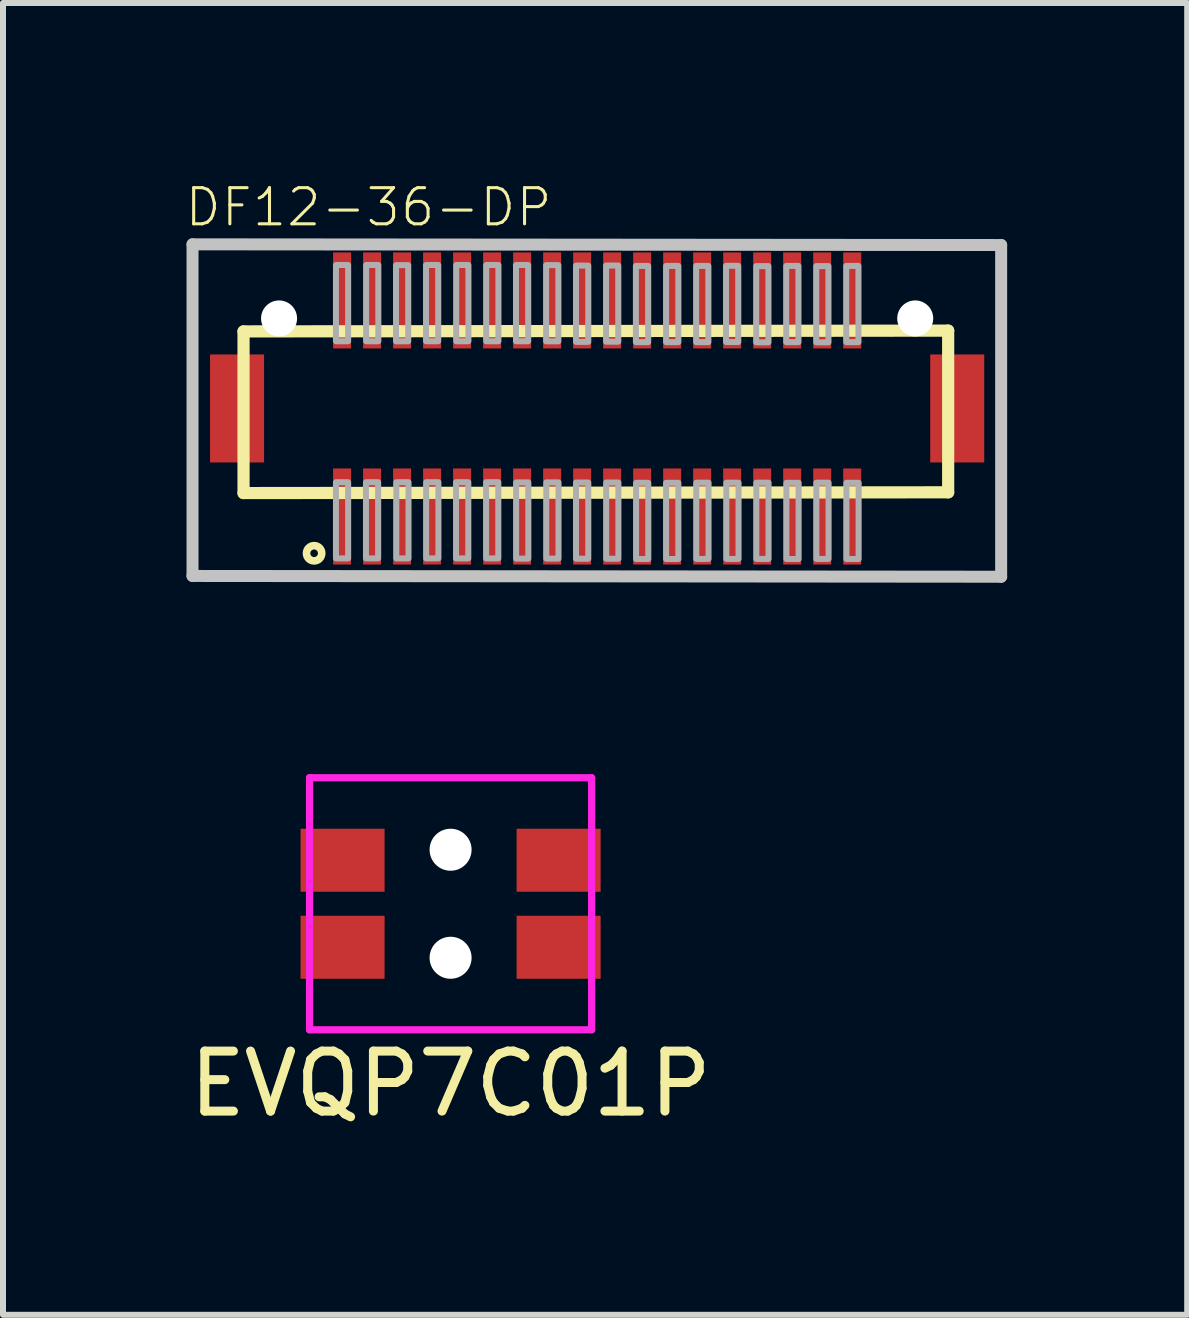
<source format=kicad_pcb>
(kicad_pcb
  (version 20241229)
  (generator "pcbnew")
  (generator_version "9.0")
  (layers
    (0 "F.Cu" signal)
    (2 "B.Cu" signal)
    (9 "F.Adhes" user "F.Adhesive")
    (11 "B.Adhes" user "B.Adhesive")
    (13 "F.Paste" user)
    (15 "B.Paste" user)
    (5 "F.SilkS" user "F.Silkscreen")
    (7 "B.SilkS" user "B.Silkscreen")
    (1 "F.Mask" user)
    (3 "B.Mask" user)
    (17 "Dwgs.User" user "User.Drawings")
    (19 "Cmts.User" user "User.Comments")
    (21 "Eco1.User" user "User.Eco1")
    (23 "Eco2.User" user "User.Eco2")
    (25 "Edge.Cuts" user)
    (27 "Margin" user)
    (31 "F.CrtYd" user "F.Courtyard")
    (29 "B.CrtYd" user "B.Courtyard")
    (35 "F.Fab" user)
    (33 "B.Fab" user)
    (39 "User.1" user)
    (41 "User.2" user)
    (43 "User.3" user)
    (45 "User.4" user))
  (footprint "EVQP7C01P"
    (layer "F.Cu")
    (at 4.458 9.909)
    (property "Reference" "EVQP7C01P" (at 0 5.1 0) (layer "F.SilkS") (effects (font (size 1 1) (thickness 0.15))))
    (attr through_hole)
    (fp_line (start -2.35 0) (end 2.35 0) (stroke (width 0.254) (type solid)) (layer "Eco1.User"))
    (fp_line (start -2.35 0) (end -2.35 4.2) (stroke (width 0.12) (type solid)) (layer "F.CrtYd"))
    (fp_line (start -2.35 0) (end 2.35 0) (stroke (width 0.12) (type solid)) (layer "F.CrtYd"))
    (fp_line (start 2.35 4.2) (end -2.35 4.2) (stroke (width 0.12) (type solid)) (layer "F.CrtYd"))
    (fp_line (start 2.35 4.2) (end 2.35 0) (stroke (width 0.12) (type solid)) (layer "F.CrtYd"))
    (pad "" np_thru_hole circle (at 0 1.2) (size 0.7 0.7) (drill 0.7) (layers "*.Cu" "*.Mask"))
    (pad "" np_thru_hole circle (at 0 3) (size 0.7 0.7) (drill 0.7) (layers "*.Cu" "*.Mask"))
    (pad "" smd rect (at 1.8 1.375 180) (size 1.4 1.05) (layers "F.Cu" "F.Mask" "F.Paste"))
    (pad "" smd rect (at 1.8 2.825 180) (size 1.4 1.05) (layers "F.Cu" "F.Mask" "F.Paste"))
    (pad "1" smd rect (at -1.8 1.375) (size 1.4 1.05) (layers "F.Cu" "F.Mask" "F.Paste"))
    (pad "2" smd rect (at -1.8 2.825) (size 1.4 1.05) (layers "F.Cu" "F.Mask" "F.Paste")))
  (footprint "DF12-36-DP"
    (layer "F.Cu")
    (at 6.9 3.756)
    (property "Reference" "DF12-36-DP" (at -6.9 -3 0) (layer "F.SilkS") (effects (font (size 0.603 0.603) (thickness 0.051)) (justify left bottom)))
    (attr through_hole)
    (fp_poly (pts (xy -6.063 -1.499) (xy -6.037 -1.301) (xy -5.961 -1.118) (xy -5.839 -0.96) (xy -5.682 -0.839) (xy -5.301 -0.737) (xy -5.103 -0.763) (xy -4.92 -0.839) (xy -4.762 -0.96) (xy -4.641 -1.118) (xy -4.565 -1.301) (xy -4.539 -1.499) (xy -4.565 -1.696) (xy -4.641 -1.88) (xy -4.762 -2.037) (xy -4.92 -2.159) (xy -5.103 -2.235) (xy -5.301 -2.261) (xy -5.498 -2.235) (xy -5.682 -2.159) (xy -5.839 -2.037) (xy -5.961 -1.88) (xy -6.037 -1.696)) (stroke (width 0) (type solid)) (fill yes) (layer "F.Mask"))
    (fp_poly (pts (xy 4.539 -1.499) (xy 4.565 -1.301) (xy 4.641 -1.118) (xy 4.762 -0.96) (xy 4.92 -0.839) (xy 5.301 -0.737) (xy 5.498 -0.763) (xy 5.682 -0.839) (xy 5.839 -0.96) (xy 5.961 -1.118) (xy 6.037 -1.301) (xy 6.063 -1.499) (xy 6.037 -1.696) (xy 5.961 -1.88) (xy 5.839 -2.037) (xy 5.682 -2.159) (xy 5.498 -2.235) (xy 5.301 -2.261) (xy 5.103 -2.235) (xy 4.92 -2.159) (xy 4.762 -2.037) (xy 4.641 -1.88) (xy 4.565 -1.696)) (stroke (width 0) (type solid)) (fill yes) (layer "F.Mask"))
    (fp_line (start -5.892 -1.284) (end 5.849 -1.297) (stroke (width 0.203) (type solid)) (layer "F.SilkS"))
    (fp_line (start -5.892 1.41) (end -5.892 -1.284) (stroke (width 0.203) (type solid)) (layer "F.SilkS"))
    (fp_line (start 5.849 -1.297) (end 5.849 1.397) (stroke (width 0.203) (type solid)) (layer "F.SilkS"))
    (fp_line (start 5.849 1.397) (end -5.892 1.41) (stroke (width 0.203) (type solid)) (layer "F.SilkS"))
    (fp_circle (center -4.716 2.413) (end -4.589 2.413) (stroke (width 0.127) (type solid)) (fill no) (layer "F.SilkS"))
    (fp_poly (pts (xy -4.362 -1.207) (xy -4.142 -1.207) (xy -4.142 -2.507) (xy -4.362 -2.507)) (stroke (width 0) (type solid)) (fill yes) (layer "F.Paste"))
    (fp_poly (pts (xy -4.362 2.503) (xy -4.142 2.503) (xy -4.142 1.203) (xy -4.362 1.203)) (stroke (width 0) (type solid)) (fill yes) (layer "F.Paste"))
    (fp_poly (pts (xy -3.862 -1.207) (xy -3.642 -1.207) (xy -3.642 -2.507) (xy -3.862 -2.507)) (stroke (width 0) (type solid)) (fill yes) (layer "F.Paste"))
    (fp_poly (pts (xy -3.862 2.503) (xy -3.642 2.503) (xy -3.642 1.203) (xy -3.862 1.203)) (stroke (width 0) (type solid)) (fill yes) (layer "F.Paste"))
    (fp_poly (pts (xy -3.362 -1.207) (xy -3.142 -1.207) (xy -3.142 -2.507) (xy -3.362 -2.507)) (stroke (width 0) (type solid)) (fill yes) (layer "F.Paste"))
    (fp_poly (pts (xy -3.362 2.503) (xy -3.142 2.503) (xy -3.142 1.203) (xy -3.362 1.203)) (stroke (width 0) (type solid)) (fill yes) (layer "F.Paste"))
    (fp_poly (pts (xy -2.862 -1.207) (xy -2.642 -1.207) (xy -2.642 -2.507) (xy -2.862 -2.507)) (stroke (width 0) (type solid)) (fill yes) (layer "F.Paste"))
    (fp_poly (pts (xy -2.862 2.503) (xy -2.642 2.503) (xy -2.642 1.203) (xy -2.862 1.203)) (stroke (width 0) (type solid)) (fill yes) (layer "F.Paste"))
    (fp_poly (pts (xy -2.362 -1.207) (xy -2.142 -1.207) (xy -2.142 -2.507) (xy -2.362 -2.507)) (stroke (width 0) (type solid)) (fill yes) (layer "F.Paste"))
    (fp_poly (pts (xy -2.362 2.503) (xy -2.142 2.503) (xy -2.142 1.203) (xy -2.362 1.203)) (stroke (width 0) (type solid)) (fill yes) (layer "F.Paste"))
    (fp_poly (pts (xy -1.862 -1.207) (xy -1.642 -1.207) (xy -1.642 -2.507) (xy -1.862 -2.507)) (stroke (width 0) (type solid)) (fill yes) (layer "F.Paste"))
    (fp_poly (pts (xy -1.862 2.503) (xy -1.642 2.503) (xy -1.642 1.203) (xy -1.862 1.203)) (stroke (width 0) (type solid)) (fill yes) (layer "F.Paste"))
    (fp_poly (pts (xy -1.362 -1.207) (xy -1.142 -1.207) (xy -1.142 -2.507) (xy -1.362 -2.507)) (stroke (width 0) (type solid)) (fill yes) (layer "F.Paste"))
    (fp_poly (pts (xy -1.362 2.503) (xy -1.142 2.503) (xy -1.142 1.203) (xy -1.362 1.203)) (stroke (width 0) (type solid)) (fill yes) (layer "F.Paste"))
    (fp_poly (pts (xy -0.862 -1.207) (xy -0.642 -1.207) (xy -0.642 -2.507) (xy -0.862 -2.507)) (stroke (width 0) (type solid)) (fill yes) (layer "F.Paste"))
    (fp_poly (pts (xy -0.862 2.503) (xy -0.642 2.503) (xy -0.642 1.203) (xy -0.862 1.203)) (stroke (width 0) (type solid)) (fill yes) (layer "F.Paste"))
    (fp_poly (pts (xy -0.362 -1.207) (xy -0.142 -1.207) (xy -0.142 -2.507) (xy -0.362 -2.507)) (stroke (width 0) (type solid)) (fill yes) (layer "F.Paste"))
    (fp_poly (pts (xy -0.362 2.503) (xy -0.142 2.503) (xy -0.142 1.203) (xy -0.362 1.203)) (stroke (width 0) (type solid)) (fill yes) (layer "F.Paste"))
    (fp_poly (pts (xy 0.138 -1.207) (xy 0.358 -1.207) (xy 0.358 -2.507) (xy 0.138 -2.507)) (stroke (width 0) (type solid)) (fill yes) (layer "F.Paste"))
    (fp_poly (pts (xy 0.148 2.503) (xy 0.368 2.503) (xy 0.368 1.203) (xy 0.148 1.203)) (stroke (width 0) (type solid)) (fill yes) (layer "F.Paste"))
    (fp_poly (pts (xy 0.638 -1.207) (xy 0.858 -1.207) (xy 0.858 -2.507) (xy 0.638 -2.507)) (stroke (width 0) (type solid)) (fill yes) (layer "F.Paste"))
    (fp_poly (pts (xy 0.638 2.503) (xy 0.858 2.503) (xy 0.858 1.203) (xy 0.638 1.203)) (stroke (width 0) (type solid)) (fill yes) (layer "F.Paste"))
    (fp_poly (pts (xy 1.138 -1.207) (xy 1.358 -1.207) (xy 1.358 -2.507) (xy 1.138 -2.507)) (stroke (width 0) (type solid)) (fill yes) (layer "F.Paste"))
    (fp_poly (pts (xy 1.138 2.503) (xy 1.358 2.503) (xy 1.358 1.203) (xy 1.138 1.203)) (stroke (width 0) (type solid)) (fill yes) (layer "F.Paste"))
    (fp_poly (pts (xy 1.638 -1.207) (xy 1.858 -1.207) (xy 1.858 -2.507) (xy 1.638 -2.507)) (stroke (width 0) (type solid)) (fill yes) (layer "F.Paste"))
    (fp_poly (pts (xy 1.638 2.503) (xy 1.858 2.503) (xy 1.858 1.203) (xy 1.638 1.203)) (stroke (width 0) (type solid)) (fill yes) (layer "F.Paste"))
    (fp_poly (pts (xy 2.138 -1.207) (xy 2.358 -1.207) (xy 2.358 -2.507) (xy 2.138 -2.507)) (stroke (width 0) (type solid)) (fill yes) (layer "F.Paste"))
    (fp_poly (pts (xy 2.138 2.503) (xy 2.358 2.503) (xy 2.358 1.203) (xy 2.138 1.203)) (stroke (width 0) (type solid)) (fill yes) (layer "F.Paste"))
    (fp_poly (pts (xy 2.638 2.503) (xy 2.858 2.503) (xy 2.858 1.203) (xy 2.638 1.203)) (stroke (width 0) (type solid)) (fill yes) (layer "F.Paste"))
    (fp_poly (pts (xy 2.648 -1.207) (xy 2.868 -1.207) (xy 2.868 -2.507) (xy 2.648 -2.507)) (stroke (width 0) (type solid)) (fill yes) (layer "F.Paste"))
    (fp_poly (pts (xy 3.138 -1.207) (xy 3.358 -1.207) (xy 3.358 -2.507) (xy 3.138 -2.507)) (stroke (width 0) (type solid)) (fill yes) (layer "F.Paste"))
    (fp_poly (pts (xy 3.138 2.503) (xy 3.358 2.503) (xy 3.358 1.203) (xy 3.138 1.203)) (stroke (width 0) (type solid)) (fill yes) (layer "F.Paste"))
    (fp_poly (pts (xy 3.638 2.503) (xy 3.858 2.503) (xy 3.858 1.203) (xy 3.638 1.203)) (stroke (width 0) (type solid)) (fill yes) (layer "F.Paste"))
    (fp_poly (pts (xy 3.648 -1.207) (xy 3.868 -1.207) (xy 3.868 -2.507) (xy 3.648 -2.507)) (stroke (width 0) (type solid)) (fill yes) (layer "F.Paste"))
    (fp_poly (pts (xy 4.138 -1.207) (xy 4.358 -1.207) (xy 4.358 -2.507) (xy 4.138 -2.507)) (stroke (width 0) (type solid)) (fill yes) (layer "F.Paste"))
    (fp_poly (pts (xy 4.138 2.503) (xy 4.358 2.503) (xy 4.358 1.203) (xy 4.138 1.203)) (stroke (width 0) (type solid)) (fill yes) (layer "F.Paste"))
    (fp_line (start -6.742 -2.735) (end 6.732 -2.723) (stroke (width 0.2) (type solid)) (layer "Dwgs.User"))
    (fp_line (start -6.742 2.791) (end -6.742 -2.735) (stroke (width 0.2) (type solid)) (layer "Dwgs.User"))
    (fp_line (start 6.732 -2.723) (end 6.732 2.804) (stroke (width 0.2) (type solid)) (layer "Dwgs.User"))
    (fp_line (start 6.732 2.804) (end -6.742 2.791) (stroke (width 0.2) (type solid)) (layer "Dwgs.User"))
    (fp_poly (pts (xy -4.149 -1.12) (xy -4.149 -2.39) (xy -4.352 -2.39) (xy -4.352 -1.12)) (stroke (width 0.1) (type solid)) (fill no) (layer "F.Fab"))
    (fp_poly (pts (xy -4.149 2.499) (xy -4.149 1.229) (xy -4.352 1.229) (xy -4.352 2.499)) (stroke (width 0.1) (type solid)) (fill no) (layer "F.Fab"))
    (fp_poly (pts (xy -3.649 2.499) (xy -3.649 1.229) (xy -3.852 1.229) (xy -3.852 2.499)) (stroke (width 0.1) (type solid)) (fill no) (layer "F.Fab"))
    (fp_poly (pts (xy -3.646 -1.12) (xy -3.646 -2.39) (xy -3.849 -2.39) (xy -3.849 -1.12)) (stroke (width 0.1) (type solid)) (fill no) (layer "F.Fab"))
    (fp_poly (pts (xy -3.148 -1.118) (xy -3.148 -2.388) (xy -3.351 -2.388) (xy -3.351 -1.118)) (stroke (width 0.1) (type solid)) (fill no) (layer "F.Fab"))
    (fp_poly (pts (xy -3.143 2.499) (xy -3.143 1.229) (xy -3.346 1.229) (xy -3.346 2.499)) (stroke (width 0.1) (type solid)) (fill no) (layer "F.Fab"))
    (fp_poly (pts (xy -2.648 -1.12) (xy -2.648 -2.39) (xy -2.851 -2.39) (xy -2.851 -1.12)) (stroke (width 0.1) (type solid)) (fill no) (layer "F.Fab"))
    (fp_poly (pts (xy -2.645 2.499) (xy -2.645 1.229) (xy -2.849 1.229) (xy -2.849 2.499)) (stroke (width 0.1) (type solid)) (fill no) (layer "F.Fab"))
    (fp_poly (pts (xy -2.147 2.499) (xy -2.147 1.229) (xy -2.351 1.229) (xy -2.351 2.499)) (stroke (width 0.1) (type solid)) (fill no) (layer "F.Fab"))
    (fp_poly (pts (xy -2.145 -1.12) (xy -2.145 -2.39) (xy -2.348 -2.39) (xy -2.348 -1.12)) (stroke (width 0.1) (type solid)) (fill no) (layer "F.Fab"))
    (fp_poly (pts (xy -1.647 2.499) (xy -1.647 1.229) (xy -1.85 1.229) (xy -1.85 2.499)) (stroke (width 0.1) (type solid)) (fill no) (layer "F.Fab"))
    (fp_poly (pts (xy -1.645 -1.12) (xy -1.645 -2.39) (xy -1.848 -2.39) (xy -1.848 -1.12)) (stroke (width 0.1) (type solid)) (fill no) (layer "F.Fab"))
    (fp_poly (pts (xy -1.149 -1.12) (xy -1.149 -2.39) (xy -1.352 -2.39) (xy -1.352 -1.12)) (stroke (width 0.1) (type solid)) (fill no) (layer "F.Fab"))
    (fp_poly (pts (xy -1.147 2.502) (xy -1.147 1.232) (xy -1.35 1.232) (xy -1.35 2.502)) (stroke (width 0.1) (type solid)) (fill no) (layer "F.Fab"))
    (fp_poly (pts (xy -0.646 -1.118) (xy -0.646 -2.388) (xy -0.85 -2.388) (xy -0.85 -1.118)) (stroke (width 0.1) (type solid)) (fill no) (layer "F.Fab"))
    (fp_poly (pts (xy -0.644 2.502) (xy -0.644 1.232) (xy -0.847 1.232) (xy -0.847 2.502)) (stroke (width 0.1) (type solid)) (fill no) (layer "F.Fab"))
    (fp_poly (pts (xy -0.148 -1.11) (xy -0.148 -2.38) (xy -0.352 -2.38) (xy -0.352 -1.11)) (stroke (width 0.1) (type solid)) (fill no) (layer "F.Fab"))
    (fp_poly (pts (xy -0.148 2.504) (xy -0.148 1.234) (xy -0.352 1.234) (xy -0.352 2.504)) (stroke (width 0.1) (type solid)) (fill no) (layer "F.Fab"))
    (fp_poly (pts (xy 0.352 -1.113) (xy 0.352 -2.382) (xy 0.149 -2.382) (xy 0.149 -1.113)) (stroke (width 0.1) (type solid)) (fill no) (layer "F.Fab"))
    (fp_poly (pts (xy 0.354 2.504) (xy 0.354 1.234) (xy 0.151 1.234) (xy 0.151 2.504)) (stroke (width 0.1) (type solid)) (fill no) (layer "F.Fab"))
    (fp_poly (pts (xy 0.85 -1.105) (xy 0.85 -2.375) (xy 0.646 -2.375) (xy 0.646 -1.105)) (stroke (width 0.1) (type solid)) (fill no) (layer "F.Fab"))
    (fp_poly (pts (xy 0.852 2.509) (xy 0.852 1.239) (xy 0.649 1.239) (xy 0.649 2.509)) (stroke (width 0.1) (type solid)) (fill no) (layer "F.Fab"))
    (fp_poly (pts (xy 1.353 -1.105) (xy 1.353 -2.375) (xy 1.149 -2.375) (xy 1.149 -1.105)) (stroke (width 0.1) (type solid)) (fill no) (layer "F.Fab"))
    (fp_poly (pts (xy 1.353 2.509) (xy 1.353 1.239) (xy 1.149 1.239) (xy 1.149 2.509)) (stroke (width 0.1) (type solid)) (fill no) (layer "F.Fab"))
    (fp_poly (pts (xy 1.853 -1.105) (xy 1.853 -2.375) (xy 1.65 -2.375) (xy 1.65 -1.105)) (stroke (width 0.1) (type solid)) (fill no) (layer "F.Fab"))
    (fp_poly (pts (xy 1.856 2.507) (xy 1.856 1.237) (xy 1.652 1.237) (xy 1.652 2.507)) (stroke (width 0.1) (type solid)) (fill no) (layer "F.Fab"))
    (fp_poly (pts (xy 2.351 -1.107) (xy 2.351 -2.377) (xy 2.148 -2.377) (xy 2.148 -1.107)) (stroke (width 0.1) (type solid)) (fill no) (layer "F.Fab"))
    (fp_poly (pts (xy 2.356 2.507) (xy 2.356 1.237) (xy 2.153 1.237) (xy 2.153 2.507)) (stroke (width 0.1) (type solid)) (fill no) (layer "F.Fab"))
    (fp_poly (pts (xy 2.854 -1.102) (xy 2.854 -2.372) (xy 2.651 -2.372) (xy 2.651 -1.102)) (stroke (width 0.1) (type solid)) (fill no) (layer "F.Fab"))
    (fp_poly (pts (xy 2.856 2.507) (xy 2.856 1.237) (xy 2.653 1.237) (xy 2.653 2.507)) (stroke (width 0.1) (type solid)) (fill no) (layer "F.Fab"))
    (fp_poly (pts (xy 3.354 -1.105) (xy 3.354 -2.375) (xy 3.151 -2.375) (xy 3.151 -1.105)) (stroke (width 0.1) (type solid)) (fill no) (layer "F.Fab"))
    (fp_poly (pts (xy 3.357 2.509) (xy 3.357 1.239) (xy 3.154 1.239) (xy 3.154 2.509)) (stroke (width 0.1) (type solid)) (fill no) (layer "F.Fab"))
    (fp_poly (pts (xy 3.854 -1.102) (xy 3.854 -2.372) (xy 3.651 -2.372) (xy 3.651 -1.102)) (stroke (width 0.1) (type solid)) (fill no) (layer "F.Fab"))
    (fp_poly (pts (xy 3.856 2.507) (xy 3.856 1.237) (xy 3.653 1.237) (xy 3.653 2.507)) (stroke (width 0.1) (type solid)) (fill no) (layer "F.Fab"))
    (fp_poly (pts (xy 4.354 -1.105) (xy 4.354 -2.375) (xy 4.151 -2.375) (xy 4.151 -1.105)) (stroke (width 0.1) (type solid)) (fill no) (layer "F.Fab"))
    (fp_poly (pts (xy 4.357 2.509) (xy 4.357 1.239) (xy 4.154 1.239) (xy 4.154 2.509)) (stroke (width 0.1) (type solid)) (fill no) (layer "F.Fab"))
    (pad "" np_thru_hole circle (at -5.3 -1.5) (size 0.6 0.6) (drill 0.6) (layers "*.Cu" "*.Mask"))
    (pad "" np_thru_hole circle (at 5.3 -1.5) (size 0.6 0.6) (drill 0.6) (layers "*.Cu" "*.Mask"))
    (pad "1" smd rect (at -4.25 1.8) (size 0.3 1.6) (layers "F.Cu" "F.Mask"))
    (pad "2" smd rect (at -4.25 -1.8) (size 0.3 1.6) (layers "F.Cu" "F.Mask"))
    (pad "3" smd rect (at -3.75 1.8) (size 0.3 1.6) (layers "F.Cu" "F.Mask"))
    (pad "4" smd rect (at -3.75 -1.8) (size 0.3 1.6) (layers "F.Cu" "F.Mask"))
    (pad "5" smd rect (at -3.25 1.8) (size 0.3 1.6) (layers "F.Cu" "F.Mask"))
    (pad "6" smd rect (at -3.25 -1.8) (size 0.3 1.6) (layers "F.Cu" "F.Mask"))
    (pad "7" smd rect (at -2.75 1.8) (size 0.3 1.6) (layers "F.Cu" "F.Mask"))
    (pad "8" smd rect (at -2.75 -1.8) (size 0.3 1.6) (layers "F.Cu" "F.Mask"))
    (pad "9" smd rect (at -2.25 1.8) (size 0.3 1.6) (layers "F.Cu" "F.Mask"))
    (pad "10" smd rect (at -2.25 -1.8) (size 0.3 1.6) (layers "F.Cu" "F.Mask"))
    (pad "11" smd rect (at -1.75 1.8) (size 0.3 1.6) (layers "F.Cu" "F.Mask"))
    (pad "12" smd rect (at -1.75 -1.8) (size 0.3 1.6) (layers "F.Cu" "F.Mask"))
    (pad "13" smd rect (at -1.25 1.8) (size 0.3 1.6) (layers "F.Cu" "F.Mask"))
    (pad "14" smd rect (at -1.25 -1.8) (size 0.3 1.6) (layers "F.Cu" "F.Mask"))
    (pad "15" smd rect (at -0.75 1.8) (size 0.3 1.6) (layers "F.Cu" "F.Mask"))
    (pad "16" smd rect (at -0.75 -1.8) (size 0.3 1.6) (layers "F.Cu" "F.Mask"))
    (pad "17" smd rect (at -0.25 1.8) (size 0.3 1.6) (layers "F.Cu" "F.Mask"))
    (pad "18" smd rect (at -0.25 -1.8) (size 0.3 1.6) (layers "F.Cu" "F.Mask"))
    (pad "19" smd rect (at 0.25 1.8) (size 0.3 1.6) (layers "F.Cu" "F.Mask"))
    (pad "20" smd rect (at 0.25 -1.8) (size 0.3 1.6) (layers "F.Cu" "F.Mask"))
    (pad "21" smd rect (at 0.75 1.8) (size 0.3 1.6) (layers "F.Cu" "F.Mask"))
    (pad "22" smd rect (at 0.75 -1.8) (size 0.3 1.6) (layers "F.Cu" "F.Mask"))
    (pad "23" smd rect (at 1.25 1.8) (size 0.3 1.6) (layers "F.Cu" "F.Mask"))
    (pad "24" smd rect (at 1.25 -1.8) (size 0.3 1.6) (layers "F.Cu" "F.Mask"))
    (pad "25" smd rect (at 1.75 1.8) (size 0.3 1.6) (layers "F.Cu" "F.Mask"))
    (pad "26" smd rect (at 1.75 -1.8) (size 0.3 1.6) (layers "F.Cu" "F.Mask"))
    (pad "27" smd rect (at 2.25 1.8) (size 0.3 1.6) (layers "F.Cu" "F.Mask"))
    (pad "28" smd rect (at 2.25 -1.8) (size 0.3 1.6) (layers "F.Cu" "F.Mask"))
    (pad "29" smd rect (at 2.75 1.8) (size 0.3 1.6) (layers "F.Cu" "F.Mask"))
    (pad "30" smd rect (at 2.75 -1.8) (size 0.3 1.6) (layers "F.Cu" "F.Mask"))
    (pad "31" smd rect (at 3.25 1.8) (size 0.3 1.6) (layers "F.Cu" "F.Mask"))
    (pad "32" smd rect (at 3.25 -1.8) (size 0.3 1.6) (layers "F.Cu" "F.Mask"))
    (pad "33" smd rect (at 3.75 1.8) (size 0.3 1.6) (layers "F.Cu" "F.Mask"))
    (pad "34" smd rect (at 3.75 -1.8) (size 0.3 1.6) (layers "F.Cu" "F.Mask"))
    (pad "35" smd rect (at 4.25 1.8) (size 0.3 1.6) (layers "F.Cu" "F.Mask"))
    (pad "36" smd rect (at 4.25 -1.8) (size 0.3 1.6) (layers "F.Cu" "F.Mask"))
    (pad "F1" smd rect (at -6 0) (size 0.9 1.8) (layers "F.Cu" "F.Mask" "F.Paste"))
    (pad "F2" smd rect (at 6 0) (size 0.9 1.8) (layers "F.Cu" "F.Mask" "F.Paste")))
  (gr_rect
    (start -3 -3)
    (end 16.732 18.858)
    (stroke (width 0.1) (type default))
    (fill no)
    (layer "Edge.Cuts")))
</source>
